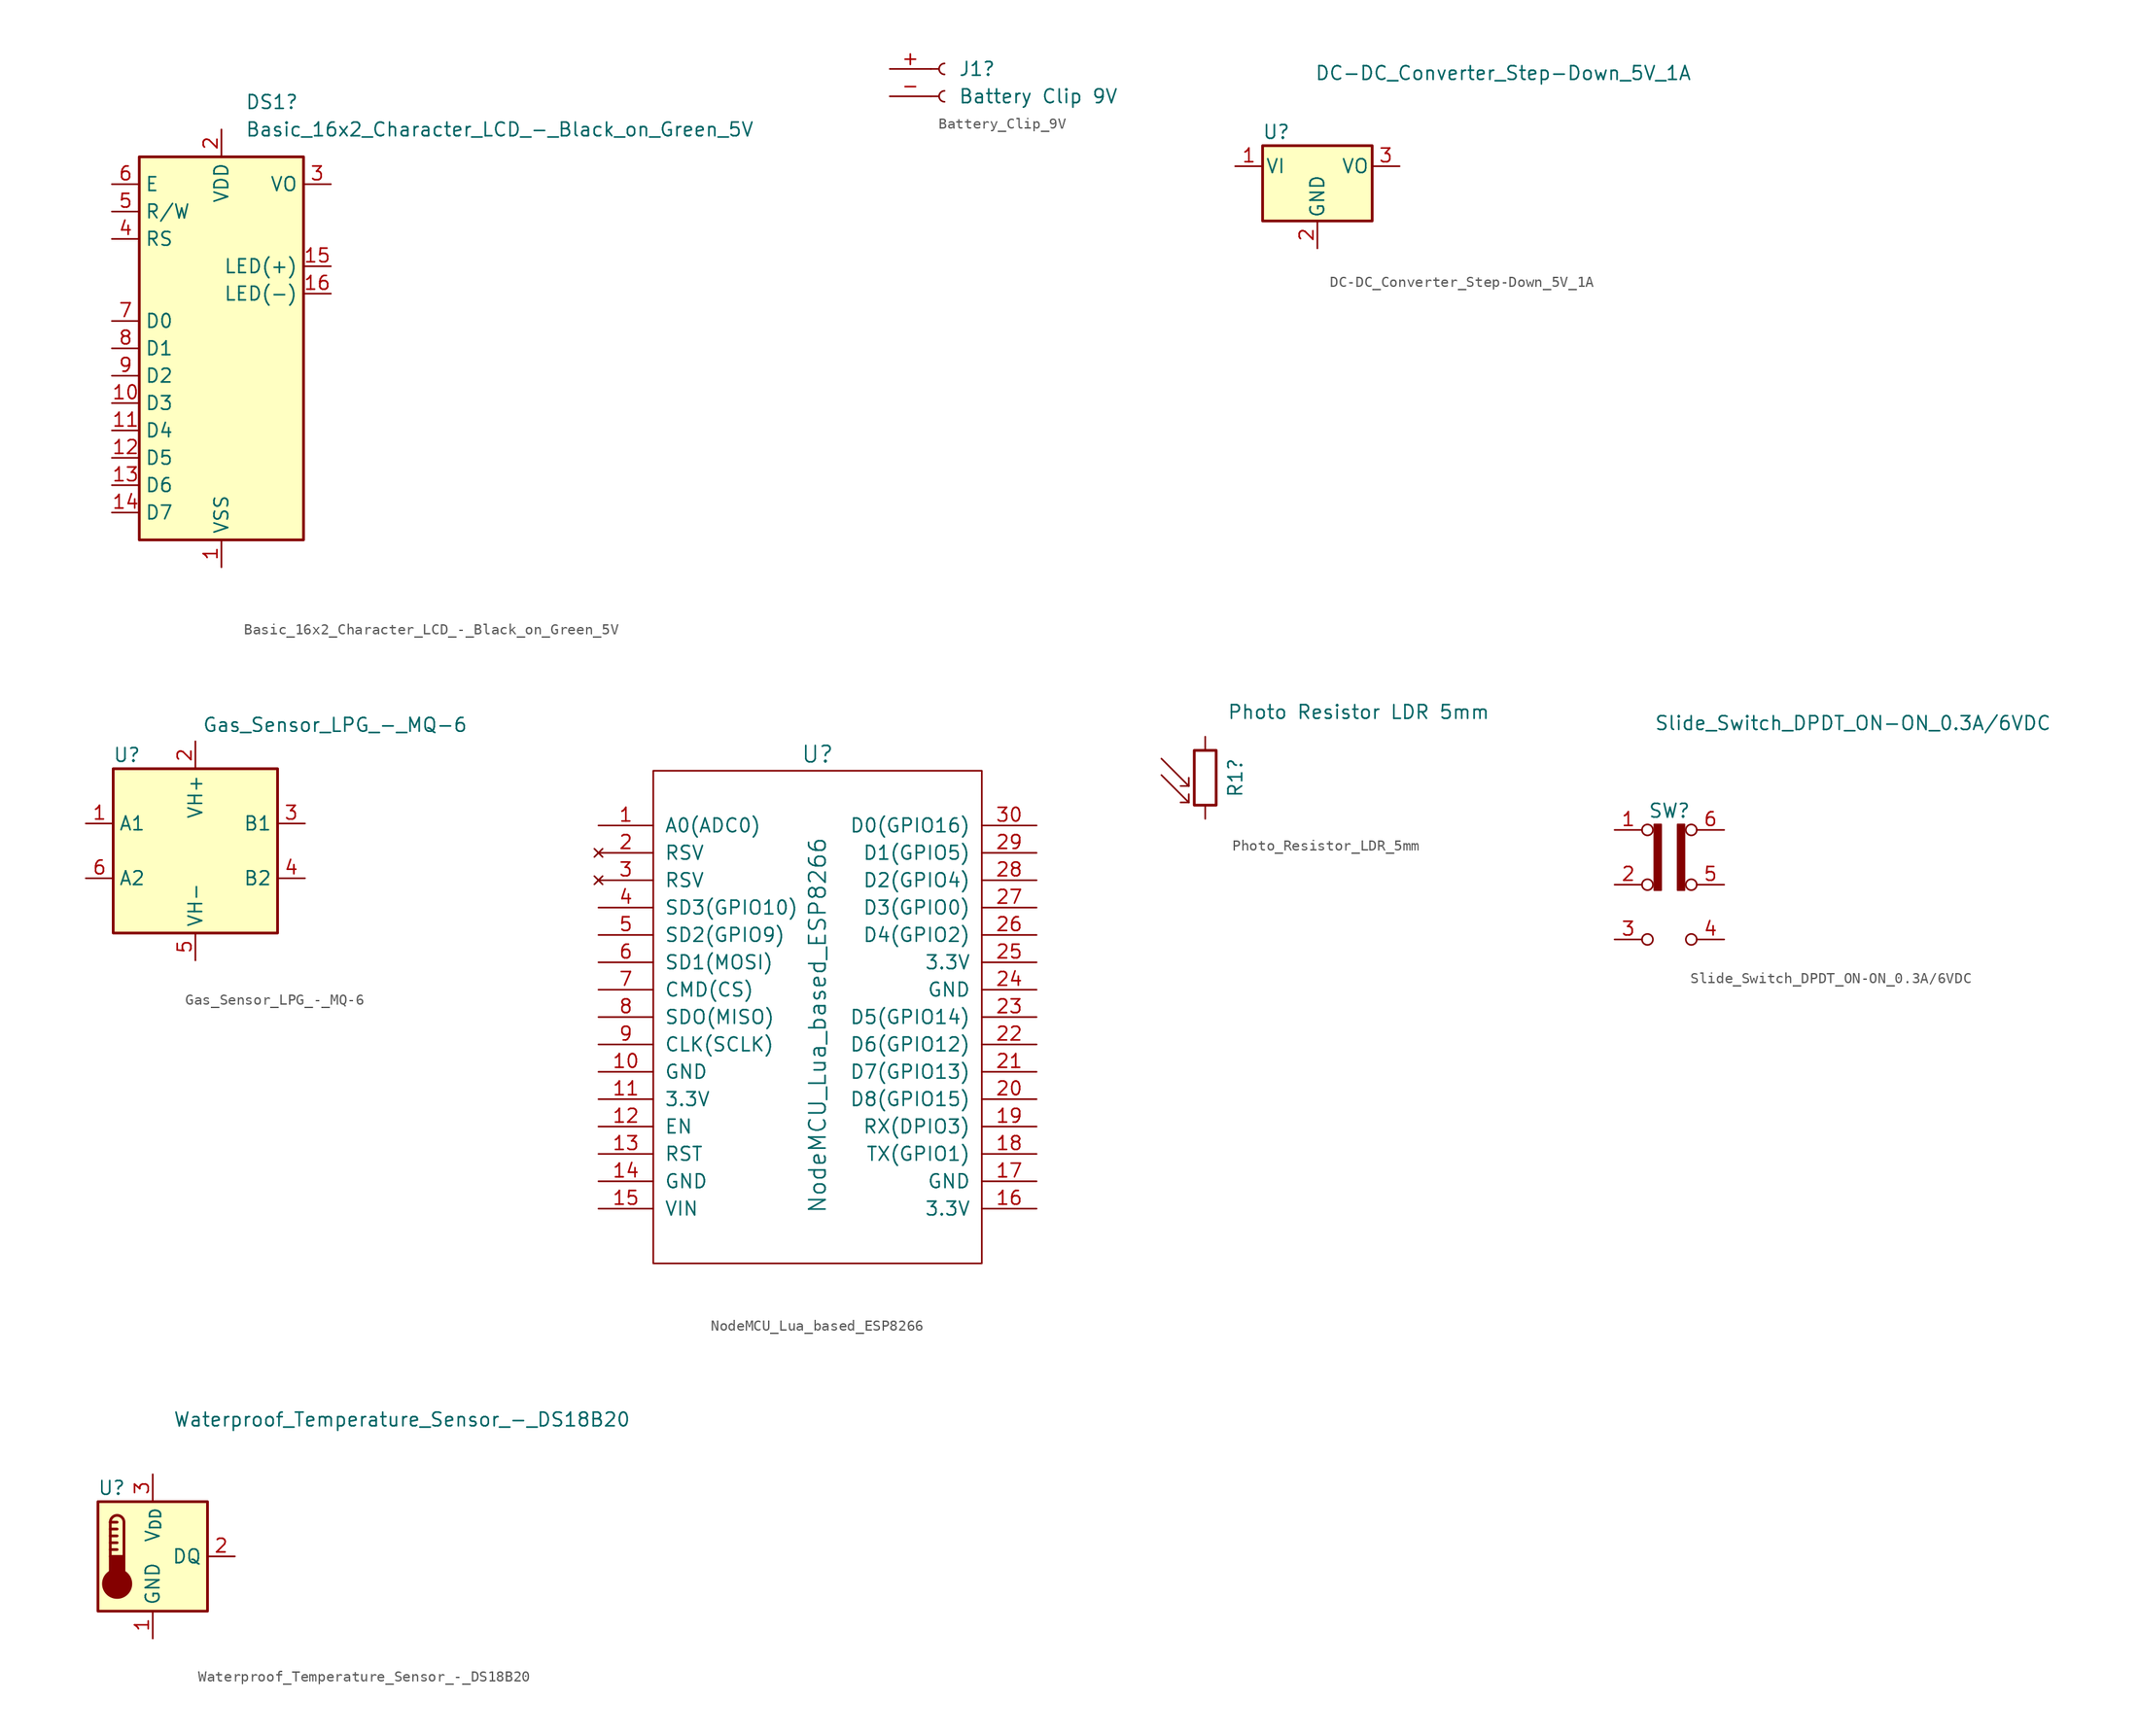
<source format=kicad_sym>
(kicad_symbol_lib
  (version 20231120)
  (generator "kicad_symbol_editor")
  (generator_version "8.0")
  (symbol "Basic_16x2_Character_LCD_-_Black_on_Green_5V"
    (property "Reference" "DS1"
      (at 2.194 22.86 0)
      (effects (font (size 1.27 1.27)) (justify left)))
    (property "Value" "Basic_16x2_Character_LCD_-_Black_on_Green_5V"
      (at 2.194 20.32 0)
      (effects (font (size 1.27 1.27)) (justify left)))
    (symbol "Basic_16x2_Character_LCD_-_Black_on_Green_5V_1_1"
      (rectangle (start -7.62 17.78) (end 7.62 -17.78) (stroke (width 0.254) (type default)) (fill (type background)))
      (pin power_in line (at 0 -20.32 90) (length 2.54) (name "VSS" (effects (font (size 1.27 1.27)))) (number "1" (effects (font (size 1.27 1.27)))))
      (pin input line (at -10.16 -5.08 0) (length 2.54) (name "D3" (effects (font (size 1.27 1.27)))) (number "10" (effects (font (size 1.27 1.27)))))
      (pin input line (at -10.16 -7.62 0) (length 2.54) (name "D4" (effects (font (size 1.27 1.27)))) (number "11" (effects (font (size 1.27 1.27)))))
      (pin input line (at -10.16 -10.16 0) (length 2.54) (name "D5" (effects (font (size 1.27 1.27)))) (number "12" (effects (font (size 1.27 1.27)))))
      (pin input line (at -10.16 -12.7 0) (length 2.54) (name "D6" (effects (font (size 1.27 1.27)))) (number "13" (effects (font (size 1.27 1.27)))))
      (pin input line (at -10.16 -15.24 0) (length 2.54) (name "D7" (effects (font (size 1.27 1.27)))) (number "14" (effects (font (size 1.27 1.27)))))
      (pin power_in line (at 10.16 7.62 180) (length 2.54) (name "LED(+)" (effects (font (size 1.27 1.27)))) (number "15" (effects (font (size 1.27 1.27)))))
      (pin power_in line (at 10.16 5.08 180) (length 2.54) (name "LED(-)" (effects (font (size 1.27 1.27)))) (number "16" (effects (font (size 1.27 1.27)))))
      (pin power_in line (at 0 20.32 270) (length 2.54) (name "VDD" (effects (font (size 1.27 1.27)))) (number "2" (effects (font (size 1.27 1.27)))))
      (pin input line (at 10.16 15.24 180) (length 2.54) (name "VO" (effects (font (size 1.27 1.27)))) (number "3" (effects (font (size 1.27 1.27)))))
      (pin input line (at -10.16 10.16 0) (length 2.54) (name "RS" (effects (font (size 1.27 1.27)))) (number "4" (effects (font (size 1.27 1.27)))))
      (pin input line (at -10.16 12.7 0) (length 2.54) (name "R/W" (effects (font (size 1.27 1.27)))) (number "5" (effects (font (size 1.27 1.27)))))
      (pin input line (at -10.16 15.24 0) (length 2.54) (name "E" (effects (font (size 1.27 1.27)))) (number "6" (effects (font (size 1.27 1.27)))))
      (pin input line (at -10.16 2.54 0) (length 2.54) (name "D0" (effects (font (size 1.27 1.27)))) (number "7" (effects (font (size 1.27 1.27)))))
      (pin input line (at -10.16 0 0) (length 2.54) (name "D1" (effects (font (size 1.27 1.27)))) (number "8" (effects (font (size 1.27 1.27)))))
      (pin input line (at -10.16 -2.54 0) (length 2.54) (name "D2" (effects (font (size 1.27 1.27)))) (number "9" (effects (font (size 1.27 1.27)))))))
  (symbol "Battery_Clip_9V"
    (pin_names
      (offset 1.016) hide)
    (property "Reference" "J1"
      (at 1.27 0.0001 0)
      (effects (font (size 1.27 1.27)) (justify left)))
    (property "Value" "Battery Clip 9V"
      (at 1.27 -2.54 0)
      (effects (font (size 1.27 1.27)) (justify left)))
    (symbol "Battery_Clip_9V_1_1"
      (arc (start 0 -2.032) (mid -0.5058 -2.54) (end 0 -3.048) (stroke (width 0.1524) (type default)) (fill (type none)))
      (polyline (pts (xy -1.27 -2.54) (xy -0.508 -2.54)) (stroke (width 0.152) (type default)) (fill (type none)))
      (polyline (pts (xy -1.27 0) (xy -0.508 0)) (stroke (width 0.152) (type default)) (fill (type none)))
      (arc (start 0 0.508) (mid -0.5058 0) (end 0 -0.508) (stroke (width 0.1524) (type default)) (fill (type none)))
      (pin power_in line (at -5.08 0 0) (length 3.81) (name "Pin_1" (effects (font (size 1.27 1.27)))) (number "+" (effects (font (size 1.27 1.27)))))
      (pin power_in line (at -5.08 -2.54 0) (length 3.81) (name "Pin_2" (effects (font (size 1.27 1.27)))) (number "-" (effects (font (size 1.27 1.27)))))))
  (symbol "DC-DC_Converter_Step-Down_5V_1A"
    (pin_names
      (offset 0.254))
    (property "Reference" "U"
      (at -3.81 3.175 0)
      (effects (font (size 1.27 1.27))))
    (property "Value" "DC-DC_Converter_Step-Down_5V_1A"
      (at -0.254 8.636 0)
      (effects (font (size 1.27 1.27)) (justify left)))
    (symbol "DC-DC_Converter_Step-Down_5V_1A_0_1"
      (rectangle (start -5.08 1.905) (end 5.08 -5.08) (stroke (width 0.254) (type default)) (fill (type background))))
    (symbol "DC-DC_Converter_Step-Down_5V_1A_1_1"
      (pin power_in line (at -7.62 0 0) (length 2.54) (name "VI" (effects (font (size 1.27 1.27)))) (number "1" (effects (font (size 1.27 1.27)))))
      (pin power_in line (at 0 -7.62 90) (length 2.54) (name "GND" (effects (font (size 1.27 1.27)))) (number "2" (effects (font (size 1.27 1.27)))))
      (pin power_out line (at 7.62 0 180) (length 2.54) (name "VO" (effects (font (size 1.27 1.27)))) (number "3" (effects (font (size 1.27 1.27)))))))
  (symbol "Gas_Sensor_LPG_-_MQ-6"
    (property "Reference" "U"
      (at -6.35 8.89 0)
      (effects (font (size 1.27 1.27))))
    (property "Value" "Gas_Sensor_LPG_-_MQ-6"
      (at 12.954 11.684 0)
      (effects (font (size 1.27 1.27))))
    (symbol "Gas_Sensor_LPG_-_MQ-6_1_1"
      (rectangle (start -7.62 7.62) (end 7.62 -7.62) (stroke (width 0.254) (type default)) (fill (type background)))
      (pin power_in line (at -10.16 2.54 0) (length 2.54) (name "A1" (effects (font (size 1.27 1.27)))) (number "1" (effects (font (size 1.27 1.27)))))
      (pin power_in line (at 0 10.16 270) (length 2.54) (name "VH+" (effects (font (size 1.27 1.27)))) (number "2" (effects (font (size 1.27 1.27)))))
      (pin power_in line (at 10.16 2.54 180) (length 2.54) (name "B1" (effects (font (size 1.27 1.27)))) (number "3" (effects (font (size 1.27 1.27)))))
      (pin power_out line (at 10.16 -2.54 180) (length 2.54) (name "B2" (effects (font (size 1.27 1.27)))) (number "4" (effects (font (size 1.27 1.27)))))
      (pin power_in line (at 0 -10.16 90) (length 2.54) (name "VH-" (effects (font (size 1.27 1.27)))) (number "5" (effects (font (size 1.27 1.27)))))
      (pin output line (at -10.16 -2.54 0) (length 2.54) (name "A2" (effects (font (size 1.27 1.27)))) (number "6" (effects (font (size 1.27 1.27)))))))
  (symbol "NodeMCU_Lua_based_ESP8266"
    (pin_names
      (offset 1.016))
    (property "Reference" "U"
      (at -22.86 20.574 0)
      (effects (font (size 1.524 1.524))))
    (property "Value" "NodeMCU_Lua_based_ESP8266"
      (at -22.86 -4.572 90)
      (effects (font (size 1.524 1.524))))
    (symbol "NodeMCU_Lua_based_ESP8266_0_1"
      (rectangle (start -38.1 -26.67) (end -7.62 19.05) (stroke (width 0) (type solid)) (fill (type none))))
    (symbol "NodeMCU_Lua_based_ESP8266_1_1"
      (pin input line (at -43.18 13.97 0) (length 5.08) (name "A0(ADC0)" (effects (font (size 1.27 1.27)))) (number "1" (effects (font (size 1.27 1.27)))))
      (pin input line (at -43.18 -8.89 0) (length 5.08) (name "GND" (effects (font (size 1.27 1.27)))) (number "10" (effects (font (size 1.27 1.27)))))
      (pin power_out line (at -43.18 -11.43 0) (length 5.08) (name "3.3V" (effects (font (size 1.27 1.27)))) (number "11" (effects (font (size 1.27 1.27)))))
      (pin input line (at -43.18 -13.97 0) (length 5.08) (name "EN" (effects (font (size 1.27 1.27)))) (number "12" (effects (font (size 1.27 1.27)))))
      (pin input line (at -43.18 -16.51 0) (length 5.08) (name "RST" (effects (font (size 1.27 1.27)))) (number "13" (effects (font (size 1.27 1.27)))))
      (pin power_in line (at -43.18 -19.05 0) (length 5.08) (name "GND" (effects (font (size 1.27 1.27)))) (number "14" (effects (font (size 1.27 1.27)))))
      (pin power_in line (at -43.18 -21.59 0) (length 5.08) (name "VIN" (effects (font (size 1.27 1.27)))) (number "15" (effects (font (size 1.27 1.27)))))
      (pin power_out line (at -2.54 -21.59 180) (length 5.08) (name "3.3V" (effects (font (size 1.27 1.27)))) (number "16" (effects (font (size 1.27 1.27)))))
      (pin power_in line (at -2.54 -19.05 180) (length 5.08) (name "GND" (effects (font (size 1.27 1.27)))) (number "17" (effects (font (size 1.27 1.27)))))
      (pin output line (at -2.54 -16.51 180) (length 5.08) (name "TX(GPIO1)" (effects (font (size 1.27 1.27)))) (number "18" (effects (font (size 1.27 1.27)))))
      (pin input line (at -2.54 -13.97 180) (length 5.08) (name "RX(DPIO3)" (effects (font (size 1.27 1.27)))) (number "19" (effects (font (size 1.27 1.27)))))
      (pin no_connect line (at -43.18 11.43 0) (length 5.08) (name "RSV" (effects (font (size 1.27 1.27)))) (number "2" (effects (font (size 1.27 1.27)))))
      (pin bidirectional line (at -2.54 -11.43 180) (length 5.08) (name "D8(GPIO15)" (effects (font (size 1.27 1.27)))) (number "20" (effects (font (size 1.27 1.27)))))
      (pin bidirectional line (at -2.54 -8.89 180) (length 5.08) (name "D7(GPIO13)" (effects (font (size 1.27 1.27)))) (number "21" (effects (font (size 1.27 1.27)))))
      (pin bidirectional line (at -2.54 -6.35 180) (length 5.08) (name "D6(GPIO12)" (effects (font (size 1.27 1.27)))) (number "22" (effects (font (size 1.27 1.27)))))
      (pin bidirectional line (at -2.54 -3.81 180) (length 5.08) (name "D5(GPIO14)" (effects (font (size 1.27 1.27)))) (number "23" (effects (font (size 1.27 1.27)))))
      (pin power_in line (at -2.54 -1.27 180) (length 5.08) (name "GND" (effects (font (size 1.27 1.27)))) (number "24" (effects (font (size 1.27 1.27)))))
      (pin power_out line (at -2.54 1.27 180) (length 5.08) (name "3.3V" (effects (font (size 1.27 1.27)))) (number "25" (effects (font (size 1.27 1.27)))))
      (pin bidirectional line (at -2.54 3.81 180) (length 5.08) (name "D4(GPIO2)" (effects (font (size 1.27 1.27)))) (number "26" (effects (font (size 1.27 1.27)))))
      (pin bidirectional line (at -2.54 6.35 180) (length 5.08) (name "D3(GPIO0)" (effects (font (size 1.27 1.27)))) (number "27" (effects (font (size 1.27 1.27)))))
      (pin bidirectional line (at -2.54 8.89 180) (length 5.08) (name "D2(GPIO4)" (effects (font (size 1.27 1.27)))) (number "28" (effects (font (size 1.27 1.27)))))
      (pin bidirectional line (at -2.54 11.43 180) (length 5.08) (name "D1(GPIO5)" (effects (font (size 1.27 1.27)))) (number "29" (effects (font (size 1.27 1.27)))))
      (pin no_connect line (at -43.18 8.89 0) (length 5.08) (name "RSV" (effects (font (size 1.27 1.27)))) (number "3" (effects (font (size 1.27 1.27)))))
      (pin output line (at -2.54 13.97 180) (length 5.08) (name "D0(GPIO16)" (effects (font (size 1.27 1.27)))) (number "30" (effects (font (size 1.27 1.27)))))
      (pin bidirectional line (at -43.18 6.35 0) (length 5.08) (name "SD3(GPIO10)" (effects (font (size 1.27 1.27)))) (number "4" (effects (font (size 1.27 1.27)))))
      (pin bidirectional line (at -43.18 3.81 0) (length 5.08) (name "SD2(GPIO9)" (effects (font (size 1.27 1.27)))) (number "5" (effects (font (size 1.27 1.27)))))
      (pin bidirectional line (at -43.18 1.27 0) (length 5.08) (name "SD1(MOSI)" (effects (font (size 1.27 1.27)))) (number "6" (effects (font (size 1.27 1.27)))))
      (pin bidirectional line (at -43.18 -1.27 0) (length 5.08) (name "CMD(CS)" (effects (font (size 1.27 1.27)))) (number "7" (effects (font (size 1.27 1.27)))))
      (pin bidirectional line (at -43.18 -3.81 0) (length 5.08) (name "SDO(MISO)" (effects (font (size 1.27 1.27)))) (number "8" (effects (font (size 1.27 1.27)))))
      (pin bidirectional line (at -43.18 -6.35 0) (length 5.08) (name "CLK(SCLK)" (effects (font (size 1.27 1.27)))) (number "9" (effects (font (size 1.27 1.27)))))))
  (symbol "Photo_Resistor_LDR_5mm"
    (pin_numbers hide)
    (pin_names
      (offset 0))
    (property "Reference" "R1"
      (at 2.794 0 90)
      (effects (font (size 1.27 1.27))))
    (property "Value" "Photo Resistor LDR 5mm"
      (at 14.224 6.096 0)
      (effects (font (size 1.27 1.27))))
    (symbol "Photo_Resistor_LDR_5mm_0_1"
      (rectangle (start -1.016 2.54) (end 1.016 -2.54) (stroke (width 0.254) (type default)) (fill (type none)))
      (polyline (pts (xy -1.524 -2.286) (xy -4.064 0.254)) (stroke (width 0) (type default)) (fill (type none)))
      (polyline (pts (xy -1.524 -2.286) (xy -2.286 -2.286)) (stroke (width 0) (type default)) (fill (type none)))
      (polyline (pts (xy -1.524 -2.286) (xy -1.524 -1.524)) (stroke (width 0) (type default)) (fill (type none)))
      (polyline (pts (xy -1.524 -0.762) (xy -4.064 1.778)) (stroke (width 0) (type default)) (fill (type none)))
      (polyline (pts (xy -1.524 -0.762) (xy -2.286 -0.762)) (stroke (width 0) (type default)) (fill (type none)))
      (polyline (pts (xy -1.524 -0.762) (xy -1.524 0)) (stroke (width 0) (type default)) (fill (type none))))
    (symbol "Photo_Resistor_LDR_5mm_1_1"
      (pin power_in line (at 0 3.81 270) (length 1.27) (name "~" (effects (font (size 1.27 1.27)))) (number "1" (effects (font (size 1.27 1.27)))))
      (pin power_out line (at 0 -3.81 90) (length 1.27) (name "~" (effects (font (size 1.27 1.27)))) (number "2" (effects (font (size 1.27 1.27)))))))
  (symbol "Slide_Switch_DPDT_ON-ON_0.3A/6VDC"
    (pin_names
      (offset 0) hide)
    (property "Reference" "SW"
      (at 0 6.858 0)
      (effects (font (size 1.27 1.27))))
    (property "Value" "Slide_Switch_DPDT_ON-ON_0.3A/6VDC"
      (at 17.018 14.986 0)
      (effects (font (size 1.27 1.27))))
    (symbol "Slide_Switch_DPDT_ON-ON_0.3A/6VDC_0_0"
      (circle (center -2.032 -5.08) (radius 0.508) (stroke (width 0) (type default)) (fill (type none)))
      (circle (center -2.032 5.08) (radius 0.508) (stroke (width 0) (type default)) (fill (type none)))
      (circle (center 2.032 -5.08) (radius 0.508) (stroke (width 0) (type default)) (fill (type none)))
      (circle (center 2.032 0) (radius 0.508) (stroke (width 0) (type default)) (fill (type none))))
    (symbol "Slide_Switch_DPDT_ON-ON_0.3A/6VDC_0_1"
      (circle (center -2.032 0) (radius 0.508) (stroke (width 0) (type default)) (fill (type none)))
      (circle (center 2.032 5.08) (radius 0.508) (stroke (width 0) (type default)) (fill (type none))))
    (symbol "Slide_Switch_DPDT_ON-ON_0.3A/6VDC_1_1"
      (rectangle (start -1.397 5.588) (end -0.762 -0.508) (stroke (width 0) (type default)) (fill (type outline)))
      (rectangle (start 0.762 5.588) (end 1.397 -0.508) (stroke (width 0) (type default)) (fill (type outline)))
      (pin power_out line (at -5.08 5.08 0) (length 2.54) (name "A" (effects (font (size 1.27 1.27)))) (number "1" (effects (font (size 1.27 1.27)))))
      (pin power_in line (at -5.08 0 0) (length 2.54) (name "B" (effects (font (size 1.27 1.27)))) (number "2" (effects (font (size 1.27 1.27)))))
      (pin power_out line (at -5.08 -5.08 0) (length 2.54) (name "C" (effects (font (size 1.27 1.27)))) (number "3" (effects (font (size 1.27 1.27)))))
      (pin power_out line (at 5.08 -5.08 180) (length 2.54) (name "A" (effects (font (size 1.27 1.27)))) (number "4" (effects (font (size 1.27 1.27)))))
      (pin power_in line (at 5.08 0 180) (length 2.54) (name "B" (effects (font (size 1.27 1.27)))) (number "5" (effects (font (size 1.27 1.27)))))
      (pin power_out line (at 5.08 5.08 180) (length 2.54) (name "C" (effects (font (size 1.27 1.27)))) (number "6" (effects (font (size 1.27 1.27)))))))
  (symbol "Waterproof_Temperature_Sensor_-_DS18B20"
    (property "Reference" "U"
      (at -3.81 6.35 0)
      (effects (font (size 1.27 1.27))))
    (property "Value" "Waterproof_Temperature_Sensor_-_DS18B20"
      (at 23.114 12.7 0)
      (effects (font (size 1.27 1.27))))
    (symbol "Waterproof_Temperature_Sensor_-_DS18B20_0_1"
      (rectangle (start -5.08 5.08) (end 5.08 -5.08) (stroke (width 0.254) (type default)) (fill (type background)))
      (circle (center -3.302 -2.54) (radius 1.27) (stroke (width 0.254) (type default)) (fill (type outline)))
      (rectangle (start -2.667 -1.905) (end -3.937 0) (stroke (width 0.254) (type default)) (fill (type outline)))
      (arc (start -2.667 3.175) (mid -3.302 3.8073) (end -3.937 3.175) (stroke (width 0.254) (type default)) (fill (type none)))
      (polyline (pts (xy -3.937 0.635) (xy -3.302 0.635)) (stroke (width 0.254) (type default)) (fill (type none)))
      (polyline (pts (xy -3.937 1.27) (xy -3.302 1.27)) (stroke (width 0.254) (type default)) (fill (type none)))
      (polyline (pts (xy -3.937 1.905) (xy -3.302 1.905)) (stroke (width 0.254) (type default)) (fill (type none)))
      (polyline (pts (xy -3.937 2.54) (xy -3.302 2.54)) (stroke (width 0.254) (type default)) (fill (type none)))
      (polyline (pts (xy -3.937 3.175) (xy -3.937 0)) (stroke (width 0.254) (type default)) (fill (type none)))
      (polyline (pts (xy -3.937 3.175) (xy -3.302 3.175)) (stroke (width 0.254) (type default)) (fill (type none)))
      (polyline (pts (xy -2.667 3.175) (xy -2.667 0)) (stroke (width 0.254) (type default)) (fill (type none))))
    (symbol "Waterproof_Temperature_Sensor_-_DS18B20_1_1"
      (pin power_in line (at 0 -7.62 90) (length 2.54) (name "GND" (effects (font (size 1.27 1.27)))) (number "1" (effects (font (size 1.27 1.27)))))
      (pin output line (at 7.62 0 180) (length 2.54) (name "DQ" (effects (font (size 1.27 1.27)))) (number "2" (effects (font (size 1.27 1.27)))))
      (pin power_in line (at 0 7.62 270) (length 2.54) (name "V_{DD}" (effects (font (size 1.27 1.27)))) (number "3" (effects (font (size 1.27 1.27))))))))
</source>
